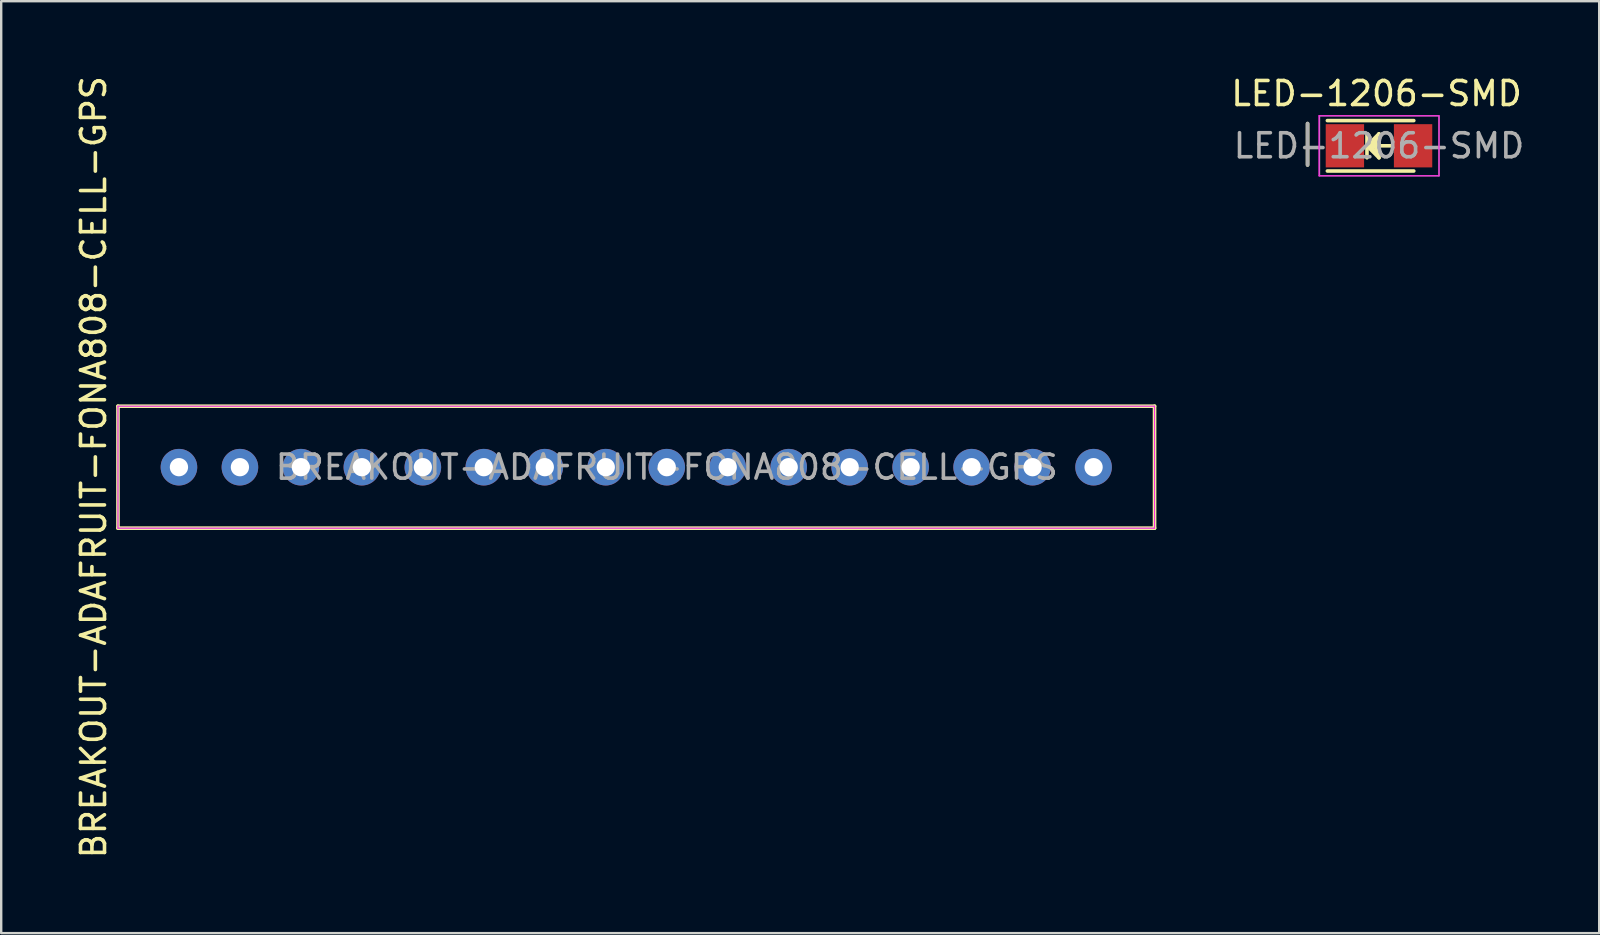
<source format=kicad_pcb>
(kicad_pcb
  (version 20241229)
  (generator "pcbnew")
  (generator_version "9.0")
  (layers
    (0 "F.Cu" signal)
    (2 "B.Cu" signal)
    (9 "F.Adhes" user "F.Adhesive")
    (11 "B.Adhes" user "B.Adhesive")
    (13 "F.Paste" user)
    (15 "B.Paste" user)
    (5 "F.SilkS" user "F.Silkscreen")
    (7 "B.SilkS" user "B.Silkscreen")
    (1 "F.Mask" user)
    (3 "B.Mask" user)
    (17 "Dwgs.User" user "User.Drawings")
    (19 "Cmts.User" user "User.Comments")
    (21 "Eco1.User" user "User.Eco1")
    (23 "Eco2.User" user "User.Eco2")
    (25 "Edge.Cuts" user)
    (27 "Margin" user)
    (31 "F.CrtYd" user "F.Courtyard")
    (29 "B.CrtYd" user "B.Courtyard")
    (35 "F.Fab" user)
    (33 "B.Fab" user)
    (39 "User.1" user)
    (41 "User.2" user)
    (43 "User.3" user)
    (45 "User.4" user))
  (footprint "BREAKOUT-ADAFRUIT-FONA808-CELL-GPS"
    (layer "F.Cu")
    (at 23.454 16.411)
    (property "Reference" "BREAKOUT-ADAFRUIT-FONA808-CELL-GPS" (at 1.27 0 0) (layer "F.Fab") (effects (font (size 1 1) (thickness 0.15))))
    (attr through_hole)
    (fp_line (start -21.59 -2.54) (end 21.59 -2.54) (stroke (width 0.152) (type solid)) (layer "F.SilkS"))
    (fp_line (start -21.59 2.54) (end -21.59 -2.54) (stroke (width 0.152) (type solid)) (layer "F.SilkS"))
    (fp_line (start 21.59 -2.54) (end 21.59 2.54) (stroke (width 0.152) (type solid)) (layer "F.SilkS"))
    (fp_line (start 21.59 2.54) (end -21.59 2.54) (stroke (width 0.152) (type solid)) (layer "F.SilkS"))
    (fp_line (start -21.59 -2.54) (end -21.59 2.54) (stroke (width 0.041) (type solid)) (layer "F.CrtYd"))
    (fp_line (start -21.59 2.54) (end 21.59 2.54) (stroke (width 0.041) (type solid)) (layer "F.CrtYd"))
    (fp_line (start 21.59 -2.54) (end -21.59 -2.54) (stroke (width 0.041) (type solid)) (layer "F.CrtYd"))
    (fp_line (start 21.59 2.54) (end 21.59 -2.54) (stroke (width 0.041) (type solid)) (layer "F.CrtYd"))
    (fp_line (start -21.59 -2.54) (end -21.59 2.54) (stroke (width 0.041) (type solid)) (layer "F.Fab"))
    (fp_line (start -21.59 2.54) (end 21.59 2.54) (stroke (width 0.041) (type solid)) (layer "F.Fab"))
    (fp_line (start 21.59 -2.54) (end -21.59 -2.54) (stroke (width 0.041) (type solid)) (layer "F.Fab"))
    (fp_line (start 21.59 2.54) (end 21.59 -2.54) (stroke (width 0.041) (type solid)) (layer "F.Fab"))
    (fp_text user "${REFERENCE}" (at -22.606 0 90) (layer "F.SilkS") (effects (font (size 1 1) (thickness 0.15))))
    (pad "1" thru_hole circle (at -19.05 0) (size 1.524 1.524) (drill 0.762) (layers "*.Cu" "*.Mask"))
    (pad "2" thru_hole circle (at -16.51 0) (size 1.524 1.524) (drill 0.762) (layers "*.Cu" "*.Mask"))
    (pad "3" thru_hole circle (at -13.97 0) (size 1.524 1.524) (drill 0.762) (layers "*.Cu" "*.Mask"))
    (pad "4" thru_hole circle (at -11.43 0) (size 1.524 1.524) (drill 0.762) (layers "*.Cu" "*.Mask"))
    (pad "5" thru_hole circle (at -8.89 0) (size 1.524 1.524) (drill 0.762) (layers "*.Cu" "*.Mask"))
    (pad "6" thru_hole circle (at -6.35 0) (size 1.524 1.524) (drill 0.762) (layers "*.Cu" "*.Mask"))
    (pad "7" thru_hole circle (at -3.81 0) (size 1.524 1.524) (drill 0.762) (layers "*.Cu" "*.Mask"))
    (pad "8" thru_hole circle (at -1.27 0) (size 1.524 1.524) (drill 0.762) (layers "*.Cu" "*.Mask"))
    (pad "9" thru_hole circle (at 1.27 0) (size 1.524 1.524) (drill 0.762) (layers "*.Cu" "*.Mask"))
    (pad "10" thru_hole circle (at 3.81 0) (size 1.524 1.524) (drill 0.762) (layers "*.Cu" "*.Mask"))
    (pad "11" thru_hole circle (at 6.35 0) (size 1.524 1.524) (drill 0.762) (layers "*.Cu" "*.Mask"))
    (pad "12" thru_hole circle (at 8.89 0) (size 1.524 1.524) (drill 0.762) (layers "*.Cu" "*.Mask"))
    (pad "13" thru_hole circle (at 11.43 0) (size 1.524 1.524) (drill 0.762) (layers "*.Cu" "*.Mask"))
    (pad "14" thru_hole circle (at 13.97 0) (size 1.524 1.524) (drill 0.762) (layers "*.Cu" "*.Mask"))
    (pad "15" thru_hole circle (at 16.51 0) (size 1.524 1.524) (drill 0.762) (layers "*.Cu" "*.Mask"))
    (pad "16" thru_hole circle (at 19.05 0) (size 1.524 1.524) (drill 0.762) (layers "*.Cu" "*.Mask")))
  (footprint "LED-1206-SMD"
    (layer "F.Cu")
    (at 54.393 3.023)
    (property "Reference" "LED-1206-SMD" (at 0 0 0) (layer "F.Fab") (effects (font (size 1 1) (thickness 0.15))))
    (attr smd)
    (fp_line (start -2.975 -0.925) (end -2.975 0.8) (stroke (width 0.152) (type solid)) (layer "F.SilkS"))
    (fp_line (start -2.15 -1.05) (end 1.45 -1.05) (stroke (width 0.15) (type solid)) (layer "F.SilkS"))
    (fp_line (start -2.15 1.05) (end 1.45 1.05) (stroke (width 0.15) (type solid)) (layer "F.SilkS"))
    (fp_line (start -0.5 -0.5) (end -0.5 0.5) (stroke (width 0.15) (type solid)) (layer "F.SilkS"))
    (fp_line (start -0.5 0) (end 0 -0.5) (stroke (width 0.15) (type solid)) (layer "F.SilkS"))
    (fp_line (start -0.4 0) (end -0.2 -0.2) (stroke (width 0.15) (type solid)) (layer "F.SilkS"))
    (fp_line (start -0.2 -0.2) (end -0.2 0.05) (stroke (width 0.15) (type solid)) (layer "F.SilkS"))
    (fp_line (start -0.2 0.05) (end -0.25 0) (stroke (width 0.15) (type solid)) (layer "F.SilkS"))
    (fp_line (start -0.1 -0.3) (end -0.1 0.3) (stroke (width 0.15) (type solid)) (layer "F.SilkS"))
    (fp_line (start -0.1 0.3) (end -0.4 0) (stroke (width 0.15) (type solid)) (layer "F.SilkS"))
    (fp_line (start 0 -0.5) (end 0 0.5) (stroke (width 0.15) (type solid)) (layer "F.SilkS"))
    (fp_line (start 0 0) (end 0.5 0) (stroke (width 0.15) (type solid)) (layer "F.SilkS"))
    (fp_line (start 0 0.5) (end -0.5 0) (stroke (width 0.15) (type solid)) (layer "F.SilkS"))
    (fp_line (start -2.5 -1.25) (end -2.5 1.25) (stroke (width 0.05) (type solid)) (layer "F.CrtYd"))
    (fp_line (start -2.5 1.25) (end 2.5 1.25) (stroke (width 0.05) (type solid)) (layer "F.CrtYd"))
    (fp_line (start 2.5 -1.25) (end -2.5 -1.25) (stroke (width 0.05) (type solid)) (layer "F.CrtYd"))
    (fp_line (start 2.5 1.25) (end 2.5 -1.25) (stroke (width 0.05) (type solid)) (layer "F.CrtYd"))
    (fp_line (start -2.975 -0.925) (end -2.975 0.8) (stroke (width 0.152) (type solid)) (layer "F.Fab"))
    (fp_line (start -2.475 -1.25) (end -2.475 1.25) (stroke (width 0.051) (type solid)) (layer "F.Fab"))
    (fp_line (start -2.475 1.25) (end 2.5 1.25) (stroke (width 0.051) (type solid)) (layer "F.Fab"))
    (fp_line (start 2.475 -1.25) (end -2.475 -1.25) (stroke (width 0.051) (type solid)) (layer "F.Fab"))
    (fp_line (start 2.5 1.25) (end 2.5 -1.25) (stroke (width 0.051) (type solid)) (layer "F.Fab"))
    (fp_text user "${REFERENCE}" (at -0.1 -2.175 0) (layer "F.SilkS") (effects (font (size 1 1) (thickness 0.15))))
    (pad "1" smd rect (at -1.42 0 180) (size 1.598 1.801) (layers "F.Cu" "F.Mask" "F.Paste"))
    (pad "2" smd rect (at 1.42 0 180) (size 1.598 1.801) (layers "F.Cu" "F.Mask" "F.Paste")))
  (gr_rect
    (start -3 -3)
    (end 63.566 35.821)
    (stroke (width 0.1) (type default))
    (fill no)
    (layer "Edge.Cuts")))
</source>
